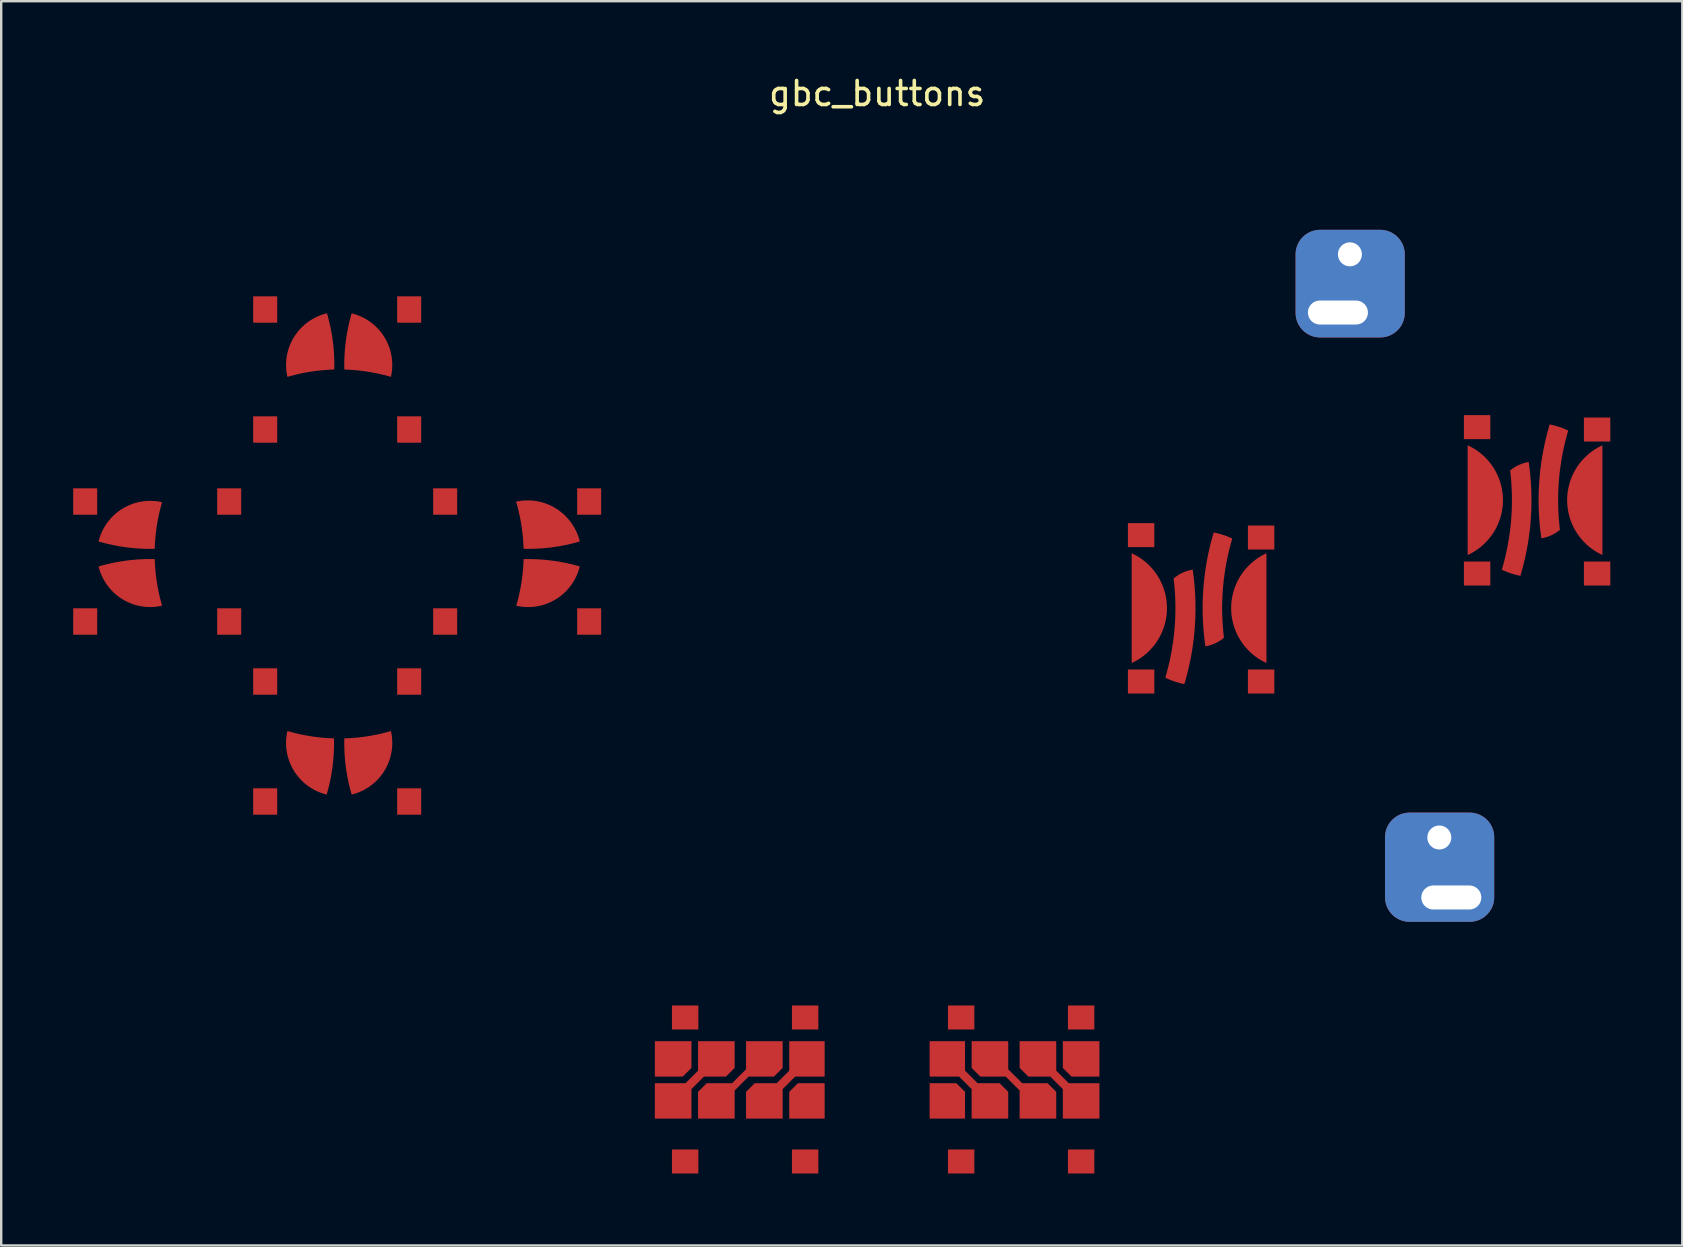
<source format=kicad_pcb>
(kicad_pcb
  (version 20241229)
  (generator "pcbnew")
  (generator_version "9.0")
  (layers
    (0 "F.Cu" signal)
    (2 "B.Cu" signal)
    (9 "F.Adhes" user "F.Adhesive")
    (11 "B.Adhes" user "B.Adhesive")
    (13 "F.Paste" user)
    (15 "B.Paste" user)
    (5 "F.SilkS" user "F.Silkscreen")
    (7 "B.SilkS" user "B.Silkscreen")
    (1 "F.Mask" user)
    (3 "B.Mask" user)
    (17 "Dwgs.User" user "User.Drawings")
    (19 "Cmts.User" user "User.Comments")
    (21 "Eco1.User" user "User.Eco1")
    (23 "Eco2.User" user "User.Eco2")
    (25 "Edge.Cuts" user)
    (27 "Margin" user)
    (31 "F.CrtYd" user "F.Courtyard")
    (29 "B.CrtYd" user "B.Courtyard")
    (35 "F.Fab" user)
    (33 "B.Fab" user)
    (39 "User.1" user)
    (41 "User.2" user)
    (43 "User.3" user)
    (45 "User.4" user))
  (footprint "gbc_buttons"
    (layer "F.Cu")
    (at 33.5 1.348)
    (property "Reference" "gbc_buttons" (at 0 -0.5 0) (unlocked yes) (layer "F.SilkS") (effects (font (size 1 1) (thickness 0.15))))
    (attr smd)
    (fp_poly (pts (xy -7.75 39) (xy -7.75 40.096) (xy -8.104 40.45) (xy -9.25 40.45) (xy -9.25 39)) (stroke (width 0.2) (type solid)) (fill yes) (layer "F.Mask"))
    (fp_poly (pts (xy -3.65 42.2) (xy -2.2 42.2) (xy -2.2 40.75) (xy -3.296 40.75) (xy -3.65 41.104)) (stroke (width 0.2) (type solid)) (fill yes) (layer "F.Mask"))
    (fp_poly (pts (xy 2.2 40.75) (xy 3.296 40.75) (xy 3.65 41.104) (xy 3.65 42.2) (xy 2.2 42.2)) (stroke (width 0.2) (type solid)) (fill yes) (layer "F.Mask"))
    (fp_poly (pts (xy 7.75 39) (xy 9.25 39) (xy 9.25 40.45) (xy 8.104 40.45) (xy 7.75 40.096)) (stroke (width 0.2) (type solid)) (fill yes) (layer "F.Mask"))
    (fp_poly (pts (arc (start 12.021347 23.835005) (mid 12.39855 23.987989) (end 12.792079 24.092014)) (xy 12.775 21.775)) (stroke (width 0.2) (type solid)) (fill yes) (layer "F.Mask"))
    (fp_poly (pts (arc (start 14.782822 18.049992) (mid 14.415641 17.90327) (end 14.033168 17.802953)) (xy 14 19.525)) (stroke (width 0.2) (type solid)) (fill yes) (layer "F.Mask"))
    (fp_poly (pts (arc (start 28.782822 13.549992) (mid 28.415641 13.40327) (end 28.033168 13.302953)) (xy 28 15.025)) (stroke (width 0.2) (type solid)) (fill yes) (layer "F.Mask"))
    (fp_poly (pts (xy 26.75 17.025) (xy 26.045 19.335) (arc (start 26.045394 19.335015) (mid 26.412559 19.48173) (end 26.795016 19.582044))) (stroke (width 0.2) (type solid)) (fill yes) (layer "F.Mask"))
    (fp_poly (pts (xy 26.75 17.025) (arc (start 26.389774 15.213371) (mid 26.741811 14.990595) (end 27.139426 14.866253))) (stroke (width 0.2) (type solid)) (fill yes) (layer "F.Mask"))
    (fp_poly (pts (arc (start 27.688774 18.018747) (mid 28.086389 17.894405) (end 28.438426 17.671629)) (xy 28 15.025)) (stroke (width 0.2) (type solid)) (fill yes) (layer "F.Mask"))
    (fp_poly (pts (arc (start -30.113851 18.912087) (mid -30.023657 19.881581) (end -29.811836 20.831941)) (xy -31 19.75)) (stroke (width 0.2) (type solid)) (fill yes) (layer "F.Mask"))
    (fp_poly (pts (arc (start -29.811836 16.538059) (mid -30.023657 17.488419) (end -30.113851 18.457913)) (xy -31 17.5)) (stroke (width 0.2) (type solid)) (fill yes) (layer "F.Mask"))
    (fp_poly (pts (arc (start -22.632452 10.988009) (mid -23.607932 11.077625) (end -24.564141 11.290364)) (xy -23.5 9.975)) (stroke (width 0.2) (type solid)) (fill yes) (layer "F.Mask"))
    (fp_poly (pts (arc (start -15.022556 20.831915) (mid -14.81074 19.881564) (end -14.720549 18.91208)) (xy -13.75 19.75)) (stroke (width 0.2) (type solid)) (fill yes) (layer "F.Mask"))
    (fp_poly (pts (xy -13.75 17.5) (arc (start -15.022556 16.538085) (mid -14.81074 17.488438) (end -14.720549 18.457923))) (stroke (width 0.2) (type solid)) (fill yes) (layer "F.Mask"))
    (fp_poly (pts (xy -7.75 40.979) (xy -7.75 42.2) (xy -9.25 42.2) (xy -9.25 40.75) (xy -7.979 40.75) (xy -7.45 40.221) (xy -7.45 39) (xy -5.95 39) (xy -5.95 40.096) (xy -6.304 40.45) (xy -7.221 40.45)) (stroke (width 0.2) (type solid)) (fill yes) (layer "F.Mask"))
    (fp_poly (pts (xy -5.096 40.75) (xy -5.45 41.104) (xy -5.45 42.2) (xy -3.95 42.2) (xy -3.95 40.979) (xy -3.421 40.45) (xy -2.2 40.45) (xy -2.2 39) (xy -3.65 39) (xy -3.65 40.221) (xy -4.179 40.75)) (stroke (width 0.2) (type solid)) (fill yes) (layer "F.Mask"))
    (fp_poly (pts (xy 5.096 40.75) (xy 5.45 41.104) (xy 5.45 42.2) (xy 3.95 42.2) (xy 3.95 40.979) (xy 3.421 40.45) (xy 2.2 40.45) (xy 2.2 39) (xy 3.65 39) (xy 3.65 40.221) (xy 4.179 40.75)) (stroke (width 0.2) (type solid)) (fill yes) (layer "F.Mask"))
    (fp_poly (pts (xy 7.979 40.75) (xy 9.25 40.75) (xy 9.25 42.2) (xy 7.75 42.2) (xy 7.75 40.979) (xy 7.221 40.45) (xy 6.304 40.45) (xy 5.95 40.096) (xy 5.95 39) (xy 7.45 39) (xy 7.45 40.221)) (stroke (width 0.2) (type solid)) (fill yes) (layer "F.Mask"))
    (fp_poly (pts (xy 12.775 21.775) (arc (start 12.366575 19.713359) (mid 12.728633 19.480231) (end 13.139427 19.35107))) (stroke (width 0.2) (type solid)) (fill yes) (layer "F.Mask"))
    (fp_poly (pts (xy 14.438 22.172) (xy 14 19.525) (arc (start 13.688774 22.518747) (mid 14.086389 22.394405) (end 14.438426 22.171629))) (stroke (width 0.2) (type solid)) (fill yes) (layer "F.Mask"))
    (fp_poly (pts (arc (start -32.427636 18.155911) (mid -31.282326 18.395654) (end -30.11385 18.457921)) (xy -31 17.5)) (stroke (width 0.2) (type solid)) (fill yes) (layer "F.Mask"))
    (fp_poly (pts (arc (start -24.564141 26.079636) (mid -23.613774 26.291458) (end -22.644273 26.381651)) (xy -23.5 27.25) (xy -24.564 26.08)) (stroke (width 0.2) (type solid)) (fill yes) (layer "F.Mask"))
    (fp_poly (pts (xy -21.225 27.25) (xy -22.19 26.382) (arc (start -22.190127 26.381651) (mid -21.22064 26.291461) (end -20.270285 26.079644))) (stroke (width 0.2) (type solid)) (fill yes) (layer "F.Mask"))
    (fp_poly (pts (arc (start -20.270285 11.290356) (mid -21.22064 11.078539) (end -22.190127 10.988349)) (xy -21.25 9.975) (xy -20.27 11.29)) (stroke (width 0.2) (type solid)) (fill yes) (layer "F.Mask"))
    (fp_poly (pts (arc (start -14.72055 18.457921) (mid -13.552074 18.395654) (end -12.406764 18.155911)) (xy -13.75 17.5)) (stroke (width 0.2) (type solid)) (fill yes) (layer "F.Mask"))
    (fp_poly (pts (arc (start -12.406764 19.214089) (mid -13.552074 18.974346) (end -14.72055 18.912079)) (xy -13.75 19.75)) (stroke (width 0.2) (type solid)) (fill yes) (layer "F.Mask"))
    (fp_poly (pts (xy -5.45 39) (xy -5.45 40.162) (xy -6.038 40.75) (xy -7.096 40.75) (xy -7.45 41.104) (xy -7.45 42.2) (xy -5.95 42.2) (xy -5.95 41.038) (xy -5.362 40.45) (xy -4.304 40.45) (xy -3.95 40.096) (xy -3.95 39)) (stroke (width 0.2) (type solid)) (fill yes) (layer "F.Mask"))
    (fp_poly (pts (xy 7.45 42.2) (xy 5.95 42.2) (xy 5.95 41.038) (xy 5.362 40.45) (xy 4.304 40.45) (xy 3.95 40.096) (xy 3.95 39) (xy 5.45 39) (xy 5.45 40.162) (xy 6.038 40.75) (xy 7.096 40.75) (xy 7.45 41.104)) (stroke (width 0.2) (type solid)) (fill yes) (layer "F.Mask"))
    (fp_poly (pts (arc (start -30.11385 18.912079) (mid -31.282326 18.974346) (end -32.427636 19.214089)) (xy -31 19.75) (xy -30.114 18.912)) (stroke (width 0.2) (type solid)) (fill yes) (layer "F.Mask"))
    (fp_poly (pts (xy -22.946 28.695) (xy -23.5 27.25) (arc (start -22.644279 26.381651) (mid -22.706546 27.550126) (end -22.946289 28.695436))) (stroke (width 0.2) (type solid)) (fill yes) (layer "F.Mask"))
    (fp_poly (pts (arc (start -22.632448 10.988009) (mid -22.694832 9.818291) (end -22.934797 8.671753)) (xy -23.5 9.975) (xy -22.632 10.988)) (stroke (width 0.2) (type solid)) (fill yes) (layer "F.Mask"))
    (fp_poly (pts (arc (start -21.888111 8.674564) (mid -22.127855 9.819881) (end -22.19012 10.988363)) (xy -21.25 9.975) (xy -21.888 8.675)) (stroke (width 0.2) (type solid)) (fill yes) (layer "F.Mask"))
    (fp_poly (pts (xy -21.225 27.25) (xy -22.19 26.382) (arc (start -22.19012 26.381637) (mid -22.127855 27.550119) (end -21.888111 28.695436))) (stroke (width 0.2) (type solid)) (fill yes) (layer "F.Mask"))
    (fp_poly (pts (arc (start 14.782825 18.049982) (mid 14.399524 20.093155) (end 14.438425 22.171607)) (xy 14 19.525)) (stroke (width 0.2) (type solid)) (fill yes) (layer "F.Mask"))
    (fp_poly (pts (xy 26.75 17.025) (arc (start 26.389773 15.213372) (mid 26.428678 17.291826) (end 26.04538 19.335001))) (stroke (width 0.2) (type solid)) (fill yes) (layer "F.Mask"))
    (fp_poly (pts (arc (start 12.021358 23.835019) (mid 12.40556 21.791916) (end 12.366573 19.713368)) (xy 12.775 21.775) (xy 12.021 23.835)) (stroke (width 0.2) (type solid)) (fill yes) (layer "F.Mask"))
    (fp_poly (pts (arc (start 28.033148 13.302887) (mid 27.604289 15.642085) (end 27.688738 18.018771)) (xy 28 15.025)) (stroke (width 0.2) (type solid)) (fill yes) (layer "F.Mask"))
    (fp_poly (pts (arc (start 28.782825 13.549982) (mid 28.399524 15.593155) (end 28.438425 17.671607)) (xy 28 15.025) (xy 28.783 13.55)) (stroke (width 0.2) (type solid)) (fill yes) (layer "F.Mask"))
    (fp_poly (pts (xy 14 19.525) (xy 14.033 17.803) (arc (start 14.033148 17.802887) (mid 13.604289 20.142085) (end 13.688738 22.518771))) (stroke (width 0.2) (type solid)) (fill yes) (layer "F.Mask"))
    (fp_poly (pts (arc (start 26.795068 19.582058) (mid 27.223912 17.242896) (end 27.139464 14.866248)) (xy 26.75 17.025) (xy 26.795 19.582)) (stroke (width 0.2) (type solid)) (fill yes) (layer "F.Mask"))
    (fp_poly (pts (xy -31 17.5) (arc (start -32.427629 18.155902) (mid -31.449417 16.813944) (end -29.811843 16.538082))) (stroke (width 0.2) (type solid)) (fill yes) (layer "F.Mask"))
    (fp_poly (pts (arc (start -24.564116 26.079635) (mid -24.288258 27.717214) (end -22.946298 28.695429)) (xy -23.5 27.25)) (stroke (width 0.2) (type solid)) (fill yes) (layer "F.Mask"))
    (fp_poly (pts (arc (start -20.270282 11.290357) (mid -20.546147 9.652778) (end -21.888113 8.674569)) (xy -21.25 9.975)) (stroke (width 0.2) (type solid)) (fill yes) (layer "F.Mask"))
    (fp_poly (pts (arc (start -32.427629 19.214098) (mid -31.449417 20.556056) (end -29.811843 20.831918)) (xy -31 19.75) (xy -32.428 19.214)) (stroke (width 0.2) (type solid)) (fill yes) (layer "F.Mask"))
    (fp_poly (pts (arc (start -22.934811 8.671758) (mid -24.285141 9.647761) (end -24.564116 11.290365)) (xy -23.5 9.975) (xy -22.935 8.672)) (stroke (width 0.2) (type solid)) (fill yes) (layer "F.Mask"))
    (fp_poly (pts (xy -20.27 26.08) (xy -21.225 27.25) (arc (start -21.888113 28.695431) (mid -20.546147 27.717222) (end -20.270282 26.079643))) (stroke (width 0.2) (type solid)) (fill yes) (layer "F.Mask"))
    (fp_poly (pts (xy -13.75 19.75) (xy -15.023 20.832) (arc (start -15.022565 20.831916) (mid -13.384982 20.556055) (end -12.406769 19.214087))) (stroke (width 0.2) (type solid)) (fill yes) (layer "F.Mask"))
    (fp_poly (pts (arc (start -12.406769 18.155913) (mid -13.384982 16.813945) (end -15.022565 16.538084)) (xy -13.75 17.5) (xy -12.407 18.156)) (stroke (width 0.2) (type solid)) (fill yes) (layer "F.Mask"))
    (fp_poly (pts (arc (start 13.139434 19.366248) (mid 13.223503 21.74808) (end 12.792064 24.092019)) (xy 12.775 21.775) (arc (start 13.139434 19.366248) (mid 13.223503 21.74808) (end 12.792064 24.092019))) (stroke (width 0.2) (type solid)) (fill yes) (layer "F.Mask"))
    (fp_poly (pts (arc (start 10.619073 23.208988) (mid 12.06407 20.9425) (end 10.619073 18.676012)) (xy 10.619 18.676)) (stroke (width 0.2) (type solid)) (fill yes) (layer "F.Mask"))
    (fp_poly (pts (arc (start 24.619103 18.708988) (mid 26.0641 16.4425) (end 24.619103 14.176012)) (xy 24.619 14.176)) (stroke (width 0.2) (type solid)) (fill yes) (layer "F.Mask"))
    (fp_poly (pts (arc (start 30.209097 14.176012) (mid 28.7641 16.4425) (end 30.209097 18.708988)) (xy 30.209 14.176)) (stroke (width 0.2) (type solid)) (fill yes) (layer "F.Mask"))
    (fp_poly (pts (xy 16.209 23.209) (xy 16.209 18.676) (arc (start 16.209097 18.676012) (mid 14.7641 20.9425) (end 16.209097 23.208988))) (stroke (width 0.2) (type solid)) (fill yes) (layer "F.Mask"))
    (fp_poly (pts (arc (start 21.9609 6.20299) (mid 21.668007 5.495883) (end 20.9609 5.20299)) (arc (start 18.4609 5.20299) (mid 17.753793 5.495883) (end 17.4609 6.20299)) (arc (start 17.4609 8.63799) (mid 17.753793 9.345097) (end 18.4609 9.63799)) (arc (start 20.9609 9.63799) (mid 21.668007 9.345097) (end 21.9609 8.63799))) (stroke (width 0.3) (type solid)) (fill yes) (layer "F.Mask"))
    (fp_poly (pts (arc (start 25.6874 30.4882) (mid 25.394507 29.781093) (end 24.6874 29.4882)) (arc (start 22.1874 29.4882) (mid 21.480293 29.781093) (end 21.1874 30.4882)) (arc (start 21.1874 32.9882) (mid 21.480293 33.695307) (end 22.1874 33.9882)) (arc (start 24.6874 33.9882) (mid 25.394507 33.695307) (end 25.6874 32.9882))) (stroke (width 0.3) (type solid)) (fill yes) (layer "F.Mask"))
    (pad "" smd rect (at -33 21.5) (size 1 1.1) (layers "F.Cu" "F.Mask" "F.Paste"))
    (pad "" smd rect (at -27 16.5) (size 1 1.1) (layers "F.Cu" "F.Mask" "F.Paste"))
    (pad "" smd rect (at -25.5 13.5) (size 1 1.1) (layers "F.Cu" "F.Mask" "F.Paste"))
    (pad "" smd rect (at -25.5 29) (size 1 1.1) (layers "F.Cu" "F.Mask" "F.Paste"))
    (pad "" smd rect (at -19.5 8.5) (size 1 1.1) (layers "F.Cu" "F.Mask" "F.Paste"))
    (pad "" smd rect (at -19.5 24) (size 1 1.1) (layers "F.Cu" "F.Mask" "F.Paste"))
    (pad "" smd rect (at -18 21.5) (size 1 1.1) (layers "F.Cu" "F.Mask" "F.Paste"))
    (pad "" smd rect (at -12 16.5) (size 1 1.1) (layers "F.Cu" "F.Mask" "F.Paste"))
    (pad "" smd rect (at -8 38 90) (size 1 1.1) (layers "F.Cu" "F.Mask" "F.Paste"))
    (pad "" smd rect (at -3 44 90) (size 1 1.1) (layers "F.Cu" "F.Mask" "F.Paste"))
    (pad "" smd rect (at 3.5 38 90) (size 1 1.1) (layers "F.Cu" "F.Mask" "F.Paste"))
    (pad "" smd rect (at 8.5 44 90) (size 1 1.1) (layers "F.Cu" "F.Mask" "F.Paste"))
    (pad "" smd rect (at 11 17.9 90) (size 1 1.1) (layers "F.Cu" "F.Mask" "F.Paste"))
    (pad "" smd rect (at 16 24 90) (size 1 1.1) (layers "F.Cu" "F.Mask" "F.Paste"))
    (pad "" smd rect (at 25 13.4 90) (size 1 1.1) (layers "F.Cu" "F.Mask" "F.Paste"))
    (pad "" smd rect (at 30 19.5 90) (size 1 1.1) (layers "F.Cu" "F.Mask" "F.Paste"))
    (pad "1" smd rect (at -25.5 8.5) (size 1 1.1) (layers "F.Cu" "F.Mask" "F.Paste"))
    (pad "1" smd custom (at -23.55 10.15) (size 0.65 0.65) (layers "F.Cu" "F.Mask") (options (anchor circle)) (primitives (gr_poly (pts (xy 0.3 -0.313) (xy 0.352 -0.277) (xy 0.388 -0.225) (xy 0.4 -0.163) (xy 0.4 0.163) (xy 0.388 0.225) (xy 0.352 0.277) (xy 0.3 0.313) (xy 0.237 0.325) (xy -0.237 0.325) (xy -0.3 0.313) (xy -0.352 0.277) (xy -0.388 0.225) (xy -0.4 0.163) (xy -0.4 -0.163) (xy -0.388 -0.225) (xy -0.352 -0.277) (xy -0.3 -0.313) (xy -0.237 -0.325) (xy 0.237 -0.325)) (width 0) (fill yes)) (gr_poly (pts (arc (start 0.917548 0.838009) (mid -0.057932 0.927625) (end -1.014141 1.140364)) (xy 0.05 -0.175)) (width 0.025) (fill yes)) (gr_poly (pts (xy 0.05 -0.175) (arc (start -1.014116 1.140365) (mid -0.735141 -0.502239) (end 0.615189 -1.478242)) (xy 0.615 -1.478)) (width 0.025) (fill yes)) (gr_poly (pts (xy 0.05 -0.175) (arc (start 0.615203 -1.478247) (mid 0.855168 -0.331709) (end 0.917552 0.838009)) (arc (start 0.615203 -1.478247) (mid 0.855168 -0.331709) (end 0.917552 0.838009)) (arc (start 0.615203 -1.478247) (mid 0.855168 -0.331709) (end 0.917552 0.838009)) (xy 0.918 0.838)) (width 0.025) (fill yes))))
    (pad "2" smd rect (at -18 16.5) (size 1 1.1) (layers "F.Cu" "F.Mask" "F.Paste"))
    (pad "2" smd custom (at -13.8 17.55) (size 0.862 0.862) (layers "F.Cu" "F.Mask") (options (anchor circle)) (primitives (gr_poly (pts (xy 1.393 0.606) (arc (start -1.222565 -1.011916) (mid 0.415018 -0.736055) (end 1.393231 0.605913))) (width 0.025) (fill yes)) (gr_poly (pts (arc (start 1.393236 0.605911) (mid 0.247926 0.845654) (end -0.92055 0.907921)) (xy 0.05 -0.05)) (width 0.025) (fill yes)) (gr_poly (pts (xy 0.05 -0.05) (arc (start -0.920549 0.907923) (mid -1.01074 -0.061562) (end -1.222556 -1.011915))) (width 0.025) (fill yes)) (gr_poly (pts (xy 1.393 0.602) (arc (start -1.222565 -1.016224) (mid 0.415018 -0.740363) (end 1.393231 0.601605))) (width 0.025) (fill yes)) (gr_poly (pts (xy 0.513 -0.415) (xy 0.583 -0.368) (xy 0.63 -0.298) (xy 0.646 -0.215) (xy 0.646 0.215) (xy 0.63 0.298) (xy 0.583 0.368) (xy 0.513 0.415) (xy 0.431 0.431) (xy -0.431 0.431) (xy -0.513 0.415) (xy -0.583 0.368) (xy -0.63 0.298) (xy -0.646 0.215) (xy -0.646 -0.215) (xy -0.63 -0.298) (xy -0.583 -0.368) (xy -0.513 -0.415) (xy -0.431 -0.431) (xy 0.431 -0.431)) (width 0) (fill yes)) (gr_poly (pts (xy 1.378 0.586) (arc (start -1.238148 -1.031786) (mid 0.399435 -0.755925) (end 1.377648 0.586043))) (width 0.025) (fill yes)) (gr_poly (pts (arc (start 1.393231 0.605913) (mid 0.415018 -0.736055) (end -1.222565 -1.011916)) (xy 0.05 -0.05) (xy 1.393 0.606)) (width 0.025) (fill yes))))
    (pad "3" smd rect (at -25.5 24) (size 1 1.1) (layers "F.Cu" "F.Mask" "F.Paste"))
    (pad "3" smd custom (at -23.546 27.25) (size 1.1 1.1) (layers "F.Cu" "F.Mask") (options (anchor circle)) (primitives (gr_poly (pts (xy -0.55 -0.288) (xy -0.529 -0.393) (xy -0.47 -0.482) (xy -0.38 -0.542) (xy -0.275 -0.563) (xy 0.275 -0.563) (xy 0.38 -0.542) (xy 0.47 -0.482) (xy 0.529 -0.393) (xy 0.55 -0.288) (xy 0.55 0.288) (xy 0.529 0.393) (xy 0.47 0.482) (xy 0.38 0.542) (xy 0.275 0.563) (xy -0.275 0.563) (xy -0.38 0.542) (xy -0.47 0.482) (xy -0.529 0.393) (xy -0.55 0.288)) (width 0) (fill yes)) (gr_poly (pts (arc (start -1.018341 -1.170364) (mid -0.067974 -0.958542) (end 0.901527 -0.868349)) (xy 0.046 0) (xy -1.018 -1.17)) (width 0.025) (fill yes)) (gr_poly (pts (xy 0.6 1.445) (xy 0.046 0) (arc (start 0.901521 -0.868349) (mid 0.839254 0.300126) (end 0.599511 1.445436))) (width 0.025) (fill yes)) (gr_poly (pts (arc (start -1.018316 -1.170365) (mid -0.742458 0.467214) (end 0.599502 1.445429)) (xy 0.046 0)) (width 0.025) (fill yes))))
    (pad "4" smd rect (at -33 16.5) (size 1 1.1) (layers "F.Cu" "F.Mask" "F.Paste"))
    (pad "4" smd custom (at -30.912 17.526) (size 1.05 1.05) (layers "F.Cu" "F.Mask") (options (anchor circle)) (primitives (gr_poly (pts (xy -0.601 -0.262) (xy -0.581 -0.363) (xy -0.524 -0.448) (xy -0.439 -0.505) (xy -0.339 -0.525) (xy 0.339 -0.525) (xy 0.439 -0.505) (xy 0.524 -0.448) (xy 0.581 -0.363) (xy 0.601 -0.262) (xy 0.601 0.262) (xy 0.581 0.363) (xy 0.524 0.448) (xy 0.439 0.505) (xy 0.339 0.525) (xy -0.339 0.525) (xy -0.439 0.505) (xy -0.524 0.448) (xy -0.581 0.363) (xy -0.601 0.262)) (width 0) (fill yes)) (gr_poly (pts (arc (start -1.515836 0.629911) (mid -0.370526 0.869654) (end 0.79795 0.931921)) (xy -0.088 -0.026)) (width 0.025) (fill yes)) (gr_poly (pts (arc (start 1.099964 -0.987941) (mid 0.888143 -0.037581) (end 0.797949 0.931913)) (xy -0.088 -0.026)) (width 0.025) (fill yes)) (gr_poly (pts (xy -0.088 -0.026) (arc (start -1.515829 0.629902) (mid -0.537617 -0.712056) (end 1.099957 -0.987918))) (width 0.025) (fill yes))))
    (pad "5" smd rect (at 11 24 90) (size 1 1.1) (layers "F.Cu" "F.Mask" "F.Paste"))
    (pad "5" smd custom (at 11.325 20.9) (size 0.625 0.625) (layers "F.Cu" "F.Mask") (options (anchor circle)) (primitives (gr_poly (pts (xy 0.454 -0.301) (xy 0.504 -0.267) (xy 0.538 -0.216) (xy 0.55 -0.156) (xy 0.55 0.156) (xy 0.538 0.216) (xy 0.504 0.267) (xy 0.454 0.301) (xy 0.394 0.312) (xy -0.394 0.312) (xy -0.454 0.301) (xy -0.504 0.267) (xy -0.538 0.216) (xy -0.55 0.156) (xy -0.55 -0.156) (xy -0.538 -0.216) (xy -0.504 -0.267) (xy -0.454 -0.301) (xy -0.394 -0.312) (xy 0.394 -0.312)) (width 0) (fill yes)) (gr_poly (pts (arc (start -0.705927 -2.223988) (mid 0.73907 0.0425) (end -0.705927 2.308988)) (arc (start -0.705927 -2.223988) (mid 0.73907 0.0425) (end -0.705927 2.308988))) (width 0.025) (fill yes)) (gr_line (start -0.706 -2.224) (end -0.706 2.309) (width 0.025)) (gr_line (start -0.706 -2.224) (end -0.706 2.309) (width 0.025)) (gr_arc (start -0.705927 -2.223988) (mid 0.739062 0.036436) (end -0.694944 2.303843) (width 0.0254)) (gr_arc (start -0.705927 -2.223988) (mid 0.739062 0.036436) (end -0.694944 2.303843) (width 0.0254))))
    (pad "5" smd custom (at 14.025 20.05 90) (size 0.562 0.562) (layers "F.Cu" "F.Mask") (options (anchor circle)) (primitives (gr_poly (pts (xy 0.426 -0.271) (xy 0.471 -0.24) (xy 0.502 -0.194) (xy 0.512 -0.141) (xy 0.512 0.141) (xy 0.502 0.194) (xy 0.471 0.24) (xy 0.426 0.271) (xy 0.372 0.281) (xy -0.372 0.281) (xy -0.426 0.271) (xy -0.471 0.24) (xy -0.502 0.194) (xy -0.512 0.141) (xy -0.512 -0.141) (xy -0.502 -0.194) (xy -0.471 -0.24) (xy -0.426 -0.271) (xy -0.372 -0.281) (xy 0.372 -0.281)) (width 0) (fill yes)) (gr_poly (pts (arc (start -2.468771 -0.336262) (mid -0.092085 -0.420711) (end 2.247113 0.008148)) (arc (start -2.468771 -0.336262) (mid -0.092085 -0.420711) (end 2.247113 0.008148)) (xy 2.247 0.008) (xy 0.525 -0.025)) (width 0.025) (fill yes)) (gr_poly (pts (xy 0.525 -0.025) (xy -2.122 0.413) (arc (start -2.121629 0.413426) (mid -2.344405 0.061389) (end -2.468747 -0.336226))) (width 0.025) (fill yes)) (gr_poly (pts (arc (start 2.000018 0.757825) (mid -0.043155 0.374524) (end -2.121607 0.413425)) (xy 0.525 -0.025)) (width 0.025) (fill yes)) (gr_poly (pts (arc (start 2.247047 0.008168) (mid 2.14673 0.390641) (end 2.000008 0.757822)) (xy 0.525 -0.025)) (width 0.025) (fill yes))))
    (pad "6" smd rect (at 25 19.5 90) (size 1 1.1) (layers "F.Cu" "F.Mask" "F.Paste"))
    (pad "6" smd custom (at 25.2 16.425 90) (size 0.85 0.85) (layers "F.Cu" "F.Mask") (options (anchor circle)) (primitives (gr_poly (pts (xy 0.594 -0.409) (xy 0.663 -0.363) (xy 0.709 -0.294) (xy 0.725 -0.212) (xy 0.725 0.212) (xy 0.709 0.294) (xy 0.663 0.363) (xy 0.594 0.409) (xy 0.512 0.425) (xy -0.512 0.425) (xy -0.594 0.409) (xy -0.663 0.363) (xy -0.709 0.294) (xy -0.725 0.212) (xy -0.725 -0.212) (xy -0.709 -0.294) (xy -0.663 -0.363) (xy -0.594 -0.409) (xy -0.512 -0.425) (xy 0.512 -0.425)) (width 0) (fill yes)) (gr_poly (pts (arc (start 2.248988 -0.580897) (mid -0.0175 0.8641) (end -2.283988 -0.580897)) (xy 2.249 -0.581)) (width 0.025) (fill yes))))
    (pad "6" smd custom (at 27.965 15.545 90) (size 0.427 0.427) (layers "F.Cu" "F.Mask") (options (anchor circle)) (primitives (gr_poly (pts (xy -0.747 -0.107) (xy -0.739 -0.148) (xy -0.716 -0.182) (xy -0.681 -0.205) (xy -0.64 -0.213) (xy 0.64 -0.213) (xy 0.681 -0.205) (xy 0.716 -0.182) (xy 0.739 -0.148) (xy 0.747 -0.107) (xy 0.747 0.107) (xy 0.739 0.148) (xy 0.716 0.182) (xy 0.681 0.205) (xy 0.64 0.213) (xy -0.64 0.213) (xy -0.681 0.205) (xy -0.716 0.182) (xy -0.739 0.148) (xy -0.747 0.107)) (width 0) (fill yes)) (gr_poly (pts (arc (start 1.994808 0.817422) (mid 2.14153 0.450241) (end 2.241847 0.067768)) (xy 0.52 0.035)) (width 0.025) (fill yes)) (gr_poly (pts (arc (start 1.994818 0.817425) (mid -0.048355 0.434124) (end -2.126807 0.473025)) (xy 0.52 0.035) (xy 1.995 0.817)) (width 0.025) (fill yes)) (gr_poly (pts (arc (start 2.241913 0.067748) (mid -0.097285 -0.361111) (end -2.473971 -0.276662)) (xy 0.52 0.035)) (width 0.025) (fill yes)) (gr_poly (pts (arc (start -2.473947 -0.277111) (mid -2.349605 0.120504) (end -2.126829 0.472541)) (xy 0.52 0.034)) (width 0.025) (fill yes))))
    (pad "7" smd custom (at 2.925 39.6) (size 0.7 0.7) (layers "F.Cu" "F.Mask") (options (anchor circle)) (primitives (gr_poly (pts (xy 0.367 -0.337) (xy 0.424 -0.299) (xy 0.462 -0.242) (xy 0.475 -0.175) (xy 0.475 0.175) (xy 0.462 0.242) (xy 0.424 0.299) (xy 0.367 0.337) (xy 0.3 0.35) (xy -0.3 0.35) (xy -0.367 0.337) (xy -0.424 0.299) (xy -0.462 0.242) (xy -0.475 0.175) (xy -0.475 -0.175) (xy -0.462 -0.242) (xy -0.424 -0.299) (xy -0.367 -0.337) (xy -0.3 -0.35) (xy 0.3 -0.35)) (width 0) (fill yes)) (gr_poly (pts (xy 0.725 0.621) (xy 1.254 1.15) (xy 2.171 1.15) (xy 2.525 1.504) (xy 2.525 2.6) (xy 1.025 2.6) (xy 1.025 1.379) (xy 0.496 0.85) (xy -0.725 0.85) (xy -0.725 -0.6) (xy 0.725 -0.6)) (width 0.025) (fill yes))))
    (pad "7" smd rect (at 3.5 44 90) (size 1 1.1) (layers "F.Cu" "F.Mask" "F.Paste"))
    (pad "7" smd custom (at 6.675 39.7) (size 0.525 0.525) (layers "F.Cu" "F.Mask") (options (anchor circle)) (primitives (gr_poly (pts (xy 0.369 -0.253) (xy 0.412 -0.224) (xy 0.44 -0.181) (xy 0.45 -0.131) (xy 0.45 0.131) (xy 0.44 0.181) (xy 0.412 0.224) (xy 0.369 0.253) (xy 0.319 0.263) (xy -0.319 0.263) (xy -0.369 0.253) (xy -0.412 0.224) (xy -0.44 0.181) (xy -0.45 0.131) (xy -0.45 -0.131) (xy -0.44 -0.181) (xy -0.412 -0.224) (xy -0.369 -0.253) (xy -0.319 -0.263) (xy 0.319 -0.263)) (width 0) (fill yes)) (gr_poly (pts (xy 0.775 0.521) (xy 1.304 1.05) (xy 2.575 1.05) (xy 2.575 2.5) (xy 1.075 2.5) (xy 1.075 1.279) (xy 0.546 0.75) (xy -0.371 0.75) (xy -0.725 0.396) (xy -0.725 -0.7) (xy 0.775 -0.7)) (width 0.025) (fill yes))))
    (pad "8" smd rect (at -8 44 90) (size 1 1.1) (layers "F.Cu" "F.Mask" "F.Paste"))
    (pad "8" smd custom (at -6.7 39.7) (size 0.525 0.525) (layers "F.Cu" "F.Mask") (options (anchor circle)) (primitives (gr_poly (pts (xy 0.469 -0.253) (xy 0.512 -0.224) (xy 0.54 -0.181) (xy 0.55 -0.131) (xy 0.55 0.131) (xy 0.54 0.181) (xy 0.512 0.224) (xy 0.469 0.253) (xy 0.419 0.263) (xy -0.419 0.263) (xy -0.469 0.253) (xy -0.512 0.224) (xy -0.54 0.181) (xy -0.55 0.131) (xy -0.55 -0.131) (xy -0.54 -0.181) (xy -0.512 -0.224) (xy -0.469 -0.253) (xy -0.419 -0.263) (xy 0.419 -0.263)) (width 0) (fill yes)) (gr_poly (pts (xy 0.75 0.396) (xy 0.396 0.75) (xy -0.521 0.75) (xy -1.05 1.279) (xy -1.05 2.5) (xy -2.55 2.5) (xy -2.55 1.05) (xy -1.279 1.05) (xy -0.75 0.521) (xy -0.75 -0.7) (xy 0.75 -0.7)) (width 0.025) (fill yes))))
    (pad "8" smd custom (at -2.925 39.675) (size 0.525 0.525) (layers "F.Cu" "F.Mask") (options (anchor circle)) (primitives (gr_poly (pts (xy 0.281 -0.253) (xy 0.324 -0.224) (xy 0.353 -0.181) (xy 0.362 -0.131) (xy 0.362 0.131) (xy 0.353 0.181) (xy 0.324 0.224) (xy 0.281 0.253) (xy 0.231 0.263) (xy -0.231 0.263) (xy -0.281 0.253) (xy -0.324 0.224) (xy -0.353 0.181) (xy -0.362 0.131) (xy -0.362 -0.131) (xy -0.353 -0.181) (xy -0.324 -0.224) (xy -0.281 -0.253) (xy -0.231 -0.263) (xy 0.231 -0.263)) (width 0) (fill yes)) (gr_poly (pts (xy 0.725 0.775) (xy -0.496 0.775) (xy -1.025 1.304) (xy -1.025 2.525) (xy -2.525 2.525) (xy -2.525 1.429) (xy -2.171 1.075) (xy -1.254 1.075) (xy -0.725 0.546) (xy -0.725 -0.675) (xy 0.725 -0.675)) (width 0.025) (fill yes))))
    (pad "9" thru_hole oval (at 19.2 8.625) (size 3 1.5) (drill oval 2.5 1) (layers "*.Cu"))
    (pad "9" thru_hole custom (at 19.7 6.2) (size 1 1) (drill oval 3.5 1) (layers "*.Cu" "F.Mask") (options (anchor circle)) (primitives (gr_poly (pts (xy 1.256 -0.5) (xy 1.396 -0.478) (xy 1.525 -0.418) (xy 1.631 -0.324) (xy 1.706 -0.204) (xy 1.745 -0.068) (xy 1.745 0.074) (xy 1.704 0.21) (xy 1.627 0.329) (xy 1.519 0.421) (xy 1.39 0.48) (xy 1.25 0.5) (xy -1.25 0.5) (xy -1.256 0.5) (xy -1.396 0.478) (xy -1.525 0.418) (xy -1.631 0.324) (xy -1.706 0.204) (xy -1.745 0.068) (xy -1.745 -0.074) (xy -1.704 -0.21) (xy -1.627 -0.329) (xy -1.519 -0.421) (xy -1.39 -0.48) (xy -1.25 -0.5) (xy 1.25 -0.5)) (width 0) (fill yes)) (gr_poly (pts (arc (start 1.2609 -0.99701) (mid 1.968007 -0.704117) (end 2.2609 0.00299)) (arc (start 2.2609 2.43799) (mid 1.968007 3.145097) (end 1.2609 3.43799)) (arc (start -1.2391 3.43799) (mid -1.946207 3.145097) (end -2.2391 2.43799)) (arc (start -2.2391 0.00299) (mid -1.946207 -0.704117) (end -1.2391 -0.99701))) (width 0.05) (fill yes))))
    (pad "10" smd custom (at -30.886 19.837) (size 0.948 0.948) (layers "F.Cu" "F.Mask") (options (anchor circle)) (primitives (gr_poly (pts (xy -0.55 -0.237) (xy -0.532 -0.328) (xy -0.481 -0.405) (xy -0.404 -0.456) (xy -0.313 -0.474) (xy 0.313 -0.474) (xy 0.404 -0.456) (xy 0.481 -0.405) (xy 0.532 -0.328) (xy 0.55 -0.237) (xy 0.55 0.237) (xy 0.532 0.328) (xy 0.481 0.405) (xy 0.404 0.456) (xy 0.313 0.474) (xy -0.313 0.474) (xy -0.404 0.456) (xy -0.481 0.405) (xy -0.532 0.328) (xy -0.55 0.237)) (width 0) (fill yes)) (gr_poly (pts (arc (start 0.77255 -0.925321) (mid -0.395926 -0.863054) (end -1.541236 -0.623311)) (xy -0.114 -0.087) (xy 0.773 -0.925)) (width 0.025) (fill yes)) (gr_poly (pts (arc (start 0.772549 -0.925313) (mid 0.862743 0.044181) (end 1.074564 0.994541)) (xy -0.114 -0.087)) (width 0.025) (fill yes)) (gr_poly (pts (arc (start -1.541229 -0.623302) (mid -0.563017 0.718656) (end 1.074557 0.994518)) (xy -0.114 -0.087) (xy -1.541 -0.623)) (width 0.025) (fill yes))))
    (pad "10" smd rect (at -27 21.5) (size 1 1.1) (layers "F.Cu" "F.Mask" "F.Paste"))
    (pad "10" smd custom (at -21.45 27.225) (size 0.55 0.55) (layers "F.Cu" "F.Mask") (options (anchor circle)) (primitives (gr_poly (pts (xy 0.253 -0.265) (xy 0.297 -0.235) (xy 0.327 -0.19) (xy 0.338 -0.138) (xy 0.338 0.138) (xy 0.327 0.19) (xy 0.297 0.235) (xy 0.253 0.265) (xy 0.2 0.275) (xy -0.2 0.275) (xy -0.253 0.265) (xy -0.297 0.235) (xy -0.327 0.19) (xy -0.338 0.138) (xy -0.338 -0.138) (xy -0.327 -0.19) (xy -0.297 -0.235) (xy -0.253 -0.265) (xy -0.2 -0.275) (xy 0.2 -0.275)) (width 0) (fill yes)) (gr_poly (pts (xy 1.18 -1.145) (arc (start 1.179718 -1.145357) (mid 0.903853 0.492222) (end -0.438113 1.470431)) (arc (start 1.179718 -1.145357) (mid 0.903853 0.492222) (end -0.438113 1.470431)) (arc (start 1.179718 -1.145357) (mid 0.903853 0.492222) (end -0.438113 1.470431)) (xy 0.225 0.025)) (width 0.025) (fill yes)) (gr_poly (pts (xy 0.225 0.025) (arc (start -0.740127 -0.843349) (mid 0.22936 -0.933539) (end 1.179715 -1.145356))) (width 0.025) (fill yes)) (gr_poly (pts (xy 0.225 0.025) (arc (start -0.438111 1.470436) (mid -0.677855 0.325119) (end -0.74012 -0.843363))) (width 0.025) (fill yes))))
    (pad "10" smd custom (at -21.275 10.225) (size 0.875 0.875) (layers "F.Cu" "F.Mask") (options (anchor circle)) (primitives (gr_poly (pts (xy 0.327 -0.421) (xy 0.398 -0.373) (xy 0.446 -0.302) (xy 0.463 -0.219) (xy 0.463 0.219) (xy 0.446 0.302) (xy 0.398 0.373) (xy 0.327 0.421) (xy 0.244 0.438) (xy -0.244 0.438) (xy -0.327 0.421) (xy -0.398 0.373) (xy -0.446 0.302) (xy -0.463 0.219) (xy -0.463 -0.219) (xy -0.446 -0.302) (xy -0.398 -0.373) (xy -0.327 -0.421) (xy -0.244 -0.438) (xy 0.244 -0.438)) (width 0) (fill yes)) (gr_poly (pts (arc (start -0.613113 -1.550431) (mid 0.728853 -0.572222) (end 1.004718 1.065357)) (arc (start -0.613113 -1.550431) (mid 0.728853 -0.572222) (end 1.004718 1.065357)) (arc (start -0.613113 -1.550431) (mid 0.728853 -0.572222) (end 1.004718 1.065357)) (xy 0.025 -0.25)) (width 0.025) (fill yes)) (gr_poly (pts (xy 1.005 1.065) (arc (start 1.004715 1.065356) (mid 0.05436 0.853539) (end -0.915127 0.763349)) (xy 0.025 -0.25)) (width 0.025) (fill yes)) (gr_poly (pts (xy 0.025 -0.25) (arc (start -0.91512 0.763363) (mid -0.852855 -0.405119) (end -0.613111 -1.550436))) (width 0.025) (fill yes))))
    (pad "10" smd rect (at -19.5 13.5) (size 1 1.1) (layers "F.Cu" "F.Mask" "F.Paste"))
    (pad "10" smd rect (at -19.5 29) (size 1 1.1) (layers "F.Cu" "F.Mask" "F.Paste"))
    (pad "10" smd custom (at -13.85 19.8) (size 0.675 0.675) (layers "F.Cu" "F.Mask") (options (anchor circle)) (primitives (gr_poly (pts (xy 0.321 -0.325) (xy 0.376 -0.288) (xy 0.412 -0.233) (xy 0.425 -0.169) (xy 0.425 0.169) (xy 0.412 0.233) (xy 0.376 0.288) (xy 0.321 0.325) (xy 0.256 0.338) (xy -0.256 0.338) (xy -0.321 0.325) (xy -0.376 0.288) (xy -0.412 0.233) (xy -0.425 0.169) (xy -0.425 -0.169) (xy -0.412 -0.233) (xy -0.376 -0.288) (xy -0.321 -0.325) (xy -0.256 -0.338) (xy 0.256 -0.338)) (width 0) (fill yes)) (gr_poly (pts (arc (start 1.443231 -0.585913) (mid 0.465018 0.756055) (end -1.172565 1.031916)) (arc (start 1.443231 -0.585913) (mid 0.465018 0.756055) (end -1.172565 1.031916)) (xy -1.173 1.032) (xy 0.1 -0.05) (arc (start 1.443231 -0.585913) (mid 0.465018 0.756055) (end -1.172565 1.031916))) (width 0.025) (fill yes)) (gr_poly (pts (xy 0.1 -0.05) (arc (start -1.172556 1.031915) (mid -0.96074 0.081564) (end -0.870549 -0.88792))) (width 0.025) (fill yes)) (gr_poly (pts (arc (start -0.87055 -0.887921) (mid 0.297926 -0.825654) (end 1.443236 -0.585911)) (arc (start -0.87055 -0.887921) (mid 0.297926 -0.825654) (end 1.443236 -0.585911)) (xy 0.1 -0.05)) (width 0.025) (fill yes))))
    (pad "10" smd rect (at -12 21.5) (size 1 1.1) (layers "F.Cu" "F.Mask" "F.Paste"))
    (pad "10" smd custom (at -8.475 39.6) (size 0.625 0.625) (layers "F.Cu" "F.Mask") (options (anchor circle)) (primitives (gr_poly (pts (xy 0.416 -0.301) (xy 0.467 -0.267) (xy 0.501 -0.216) (xy 0.512 -0.156) (xy 0.512 0.156) (xy 0.501 0.216) (xy 0.467 0.267) (xy 0.416 0.301) (xy 0.356 0.312) (xy -0.356 0.312) (xy -0.416 0.301) (xy -0.467 0.267) (xy -0.501 0.216) (xy -0.512 0.156) (xy -0.512 -0.156) (xy -0.501 -0.216) (xy -0.467 -0.267) (xy -0.416 -0.301) (xy -0.356 -0.312) (xy 0.356 -0.312)) (width 0) (fill yes)) (gr_poly (pts (xy 0.725 0.496) (xy 0.371 0.85) (xy -0.775 0.85) (xy -0.775 -0.6) (xy 0.725 -0.6)) (width 0.025) (fill yes))))
    (pad "10" smd custom (at -4.7 39.725) (size 0.65 0.65) (layers "F.Cu" "F.Mask") (options (anchor circle)) (primitives (gr_poly (pts (xy 0.287 -0.313) (xy 0.34 -0.277) (xy 0.375 -0.225) (xy 0.388 -0.163) (xy 0.388 0.163) (xy 0.375 0.225) (xy 0.34 0.277) (xy 0.287 0.313) (xy 0.225 0.325) (xy -0.225 0.325) (xy -0.287 0.313) (xy -0.34 0.277) (xy -0.375 0.225) (xy -0.388 0.163) (xy -0.388 -0.163) (xy -0.375 -0.225) (xy -0.34 -0.277) (xy -0.287 -0.313) (xy -0.225 -0.325) (xy 0.225 -0.325)) (width 0) (fill yes)) (gr_poly (pts (xy 0.75 0.371) (xy 0.396 0.725) (xy -0.662 0.725) (xy -1.25 1.313) (xy -1.25 2.475) (xy -2.75 2.475) (xy -2.75 1.379) (xy -2.396 1.025) (xy -1.338 1.025) (xy -0.75 0.437) (xy -0.75 -0.725) (xy 0.75 -0.725)) (width 0.025) (fill yes))))
    (pad "10" smd rect (at -3 38 90) (size 1 1.1) (layers "F.Cu" "F.Mask" "F.Paste"))
    (pad "10" smd custom (at -2.825 41.4) (size 0.575 0.575) (layers "F.Cu" "F.Mask") (options (anchor circle)) (primitives (gr_poly (pts (xy 0.274 -0.277) (xy 0.32 -0.245) (xy 0.352 -0.199) (xy 0.362 -0.144) (xy 0.362 0.144) (xy 0.352 0.199) (xy 0.32 0.245) (xy 0.274 0.277) (xy 0.219 0.287) (xy -0.219 0.287) (xy -0.274 0.277) (xy -0.32 0.245) (xy -0.352 0.199) (xy -0.362 0.144) (xy -0.362 -0.144) (xy -0.352 -0.199) (xy -0.32 -0.245) (xy -0.274 -0.277) (xy -0.219 -0.287) (xy 0.219 -0.287)) (width 0) (fill yes)) (gr_poly (pts (xy 0.625 0.8) (xy -0.825 0.8) (xy -0.825 -0.296) (xy -0.471 -0.65) (xy 0.625 -0.65)) (width 0.025) (fill yes))))
    (pad "10" smd custom (at 2.825 41.425) (size 0.45 0.45) (layers "F.Cu" "F.Mask") (options (anchor circle)) (primitives (gr_poly (pts (xy 0.368 -0.216) (xy 0.405 -0.192) (xy 0.429 -0.156) (xy 0.438 -0.113) (xy 0.438 0.113) (xy 0.429 0.156) (xy 0.405 0.192) (xy 0.368 0.216) (xy 0.325 0.225) (xy -0.325 0.225) (xy -0.368 0.216) (xy -0.405 0.192) (xy -0.429 0.156) (xy -0.438 0.113) (xy -0.438 -0.113) (xy -0.429 -0.156) (xy -0.405 -0.192) (xy -0.368 -0.216) (xy -0.325 -0.225) (xy 0.325 -0.225)) (width 0) (fill yes)) (gr_poly (pts (xy 0.825 -0.321) (xy 0.825 0.775) (xy -0.625 0.775) (xy -0.625 -0.675) (xy 0.471 -0.675)) (width 0.025) (fill yes))))
    (pad "10" smd custom (at 4.675 39.6) (size 0.6 0.6) (layers "F.Cu" "F.Mask") (options (anchor circle)) (primitives (gr_poly (pts (xy 0.395 -0.289) (xy 0.444 -0.256) (xy 0.476 -0.207) (xy 0.487 -0.15) (xy 0.487 0.15) (xy 0.476 0.207) (xy 0.444 0.256) (xy 0.395 0.289) (xy 0.338 0.3) (xy -0.338 0.3) (xy -0.395 0.289) (xy -0.444 0.256) (xy -0.476 0.207) (xy -0.487 0.15) (xy -0.487 -0.15) (xy -0.476 -0.207) (xy -0.444 -0.256) (xy -0.395 -0.289) (xy -0.338 -0.3) (xy 0.338 -0.3)) (width 0) (fill yes)) (gr_poly (pts (xy 0.775 0.562) (xy 1.363 1.15) (xy 2.421 1.15) (xy 2.775 1.504) (xy 2.775 2.6) (xy 1.275 2.6) (xy 1.275 1.438) (xy 0.687 0.85) (xy -0.371 0.85) (xy -0.725 0.496) (xy -0.725 -0.6) (xy 0.775 -0.6)) (width 0.025) (fill yes))))
    (pad "10" smd rect (at 8.5 38 90) (size 1 1.1) (layers "F.Cu" "F.Mask" "F.Paste"))
    (pad "10" smd custom (at 8.5 39.725) (size 0.675 0.675) (layers "F.Cu" "F.Mask") (options (anchor circle)) (primitives (gr_poly (pts (xy 0.346 -0.325) (xy 0.401 -0.288) (xy 0.437 -0.233) (xy 0.45 -0.169) (xy 0.45 0.169) (xy 0.437 0.233) (xy 0.401 0.288) (xy 0.346 0.325) (xy 0.281 0.338) (xy -0.281 0.338) (xy -0.346 0.325) (xy -0.401 0.288) (xy -0.437 0.233) (xy -0.45 0.169) (xy -0.45 -0.169) (xy -0.437 -0.233) (xy -0.401 -0.288) (xy -0.346 -0.325) (xy -0.281 -0.338) (xy 0.281 -0.338)) (width 0) (fill yes)) (gr_poly (pts (xy 0.75 0.725) (xy -0.396 0.725) (xy -0.75 0.371) (xy -0.75 -0.725) (xy 0.75 -0.725)) (width 0.025) (fill yes))))
    (pad "10" smd custom (at 12.825 21.65 90) (size 0.562 0.562) (layers "F.Cu" "F.Mask") (options (anchor circle)) (primitives (gr_poly (pts (xy 0.363 -0.271) (xy 0.409 -0.24) (xy 0.439 -0.194) (xy 0.45 -0.141) (xy 0.45 0.141) (xy 0.439 0.194) (xy 0.409 0.24) (xy 0.363 0.271) (xy 0.309 0.281) (xy -0.309 0.281) (xy -0.363 0.271) (xy -0.409 0.24) (xy -0.439 0.194) (xy -0.45 0.141) (xy -0.45 -0.141) (xy -0.439 -0.194) (xy -0.409 -0.24) (xy -0.363 -0.271) (xy -0.309 -0.281) (xy 0.309 -0.281)) (width 0) (fill yes)) (gr_poly (pts (xy -0.125 -0.05) (arc (start -2.442014 -0.032921) (mid -2.337989 -0.42645) (end -2.185005 -0.803653))) (width 0.025) (fill yes)) (gr_poly (pts (arc (start 2.283752 0.314434) (mid -0.09808 0.398503) (end -2.442019 -0.032936)) (arc (start 2.283752 0.314434) (mid -0.09808 0.398503) (end -2.442019 -0.032936)) (xy -0.125 -0.05)) (width 0.025) (fill yes)) (gr_poly (pts (arc (start -2.185019 -0.803642) (mid -0.141916 -0.41944) (end 1.936632 -0.458427)) (xy -0.125 -0.05)) (width 0.025) (fill yes)) (gr_poly (pts (arc (start 1.936641 -0.458425) (mid 2.169769 -0.096367) (end 2.29893 0.314427)) (arc (start 1.936641 -0.458425) (mid 2.169769 -0.096367) (end 2.29893 0.314427)) (arc (start 1.936641 -0.458425) (mid 2.169769 -0.096367) (end 2.29893 0.314427)) (xy -0.125 -0.05)) (width 0.025) (fill yes))))
    (pad "10" smd custom (at 15.5 20.95) (size 0.575 0.575) (layers "F.Cu" "F.Mask") (options (anchor circle)) (primitives (gr_poly (pts (xy 0.374 -0.277) (xy 0.42 -0.245) (xy 0.452 -0.199) (xy 0.463 -0.144) (xy 0.463 0.144) (xy 0.452 0.199) (xy 0.42 0.245) (xy 0.374 0.277) (xy 0.319 0.287) (xy -0.319 0.287) (xy -0.374 0.277) (xy -0.42 0.245) (xy -0.452 0.199) (xy -0.463 0.144) (xy -0.463 -0.144) (xy -0.452 -0.199) (xy -0.42 -0.245) (xy -0.374 -0.277) (xy -0.319 -0.287) (xy 0.319 -0.287)) (width 0) (fill yes)) (gr_poly (pts (xy 0.709 -2.274) (xy 0.709 2.259) (arc (start 0.709097 2.258988) (mid -0.7359 -0.0075) (end 0.709097 -2.273988))) (width 0.025) (fill yes)) (gr_line (start 0.709 -2.274) (end 0.709 2.259) (width 0.025)) (gr_line (start 0.709 -2.274) (end 0.709 2.259) (width 0.025)) (gr_arc (start 0.709097 2.258988) (mid -0.735892 -0.001435) (end 0.698112 -2.268842) (width 0.0254)) (gr_arc (start 0.709097 2.258988) (mid -0.735892 -0.001435) (end 0.698112 -2.268842) (width 0.0254))))
    (pad "10" smd rect (at 16 18 90) (size 1 1.1) (layers "F.Cu" "F.Mask" "F.Paste"))
    (pad "10" smd custom (at 26.798 17.213 90) (size 0.511 0.511) (layers "F.Cu" "F.Mask") (options (anchor circle)) (primitives (gr_poly (pts (xy -1.151 -0.128) (xy -1.141 -0.177) (xy -1.113 -0.218) (xy -1.072 -0.246) (xy -1.023 -0.255) (xy 1.023 -0.255) (xy 1.072 -0.246) (xy 1.113 -0.218) (xy 1.141 -0.177) (xy 1.151 -0.128) (xy 1.151 0.128) (xy 1.141 0.177) (xy 1.113 0.218) (xy 1.072 0.246) (xy 1.023 0.255) (xy -1.023 0.255) (xy -1.072 0.246) (xy -1.113 0.218) (xy -1.141 0.177) (xy -1.151 0.128)) (width 0) (fill yes)) (gr_poly (pts (xy 0.188 -0.048) (arc (start 2.000054 -0.408651) (mid 2.22283 -0.056614) (end 2.347172 0.341001))) (width 0.025) (fill yes)) (gr_poly (pts (arc (start -2.368633 -0.003357) (mid -0.029471 0.425487) (end 2.347177 0.341039)) (xy 0.188 -0.048) (xy -2.369 -0.003)) (width 0.025) (fill yes)) (gr_poly (pts (xy 0.188 -0.048) (xy -2.122 -0.753) (arc (start -2.12159 -0.753031) (mid -2.268305 -0.385866) (end -2.368619 -0.003409))) (width 0.025) (fill yes)) (gr_poly (pts (xy 0.188 -0.048) (arc (start 2.000053 -0.408652) (mid -0.078401 -0.369747) (end -2.121576 -0.753045))) (width 0.025) (fill yes))))
    (pad "10" smd custom (at 29.6 16.5 90) (size 0.875 0.875) (layers "F.Cu" "F.Mask") (options (anchor circle)) (primitives (gr_poly (pts (xy 0.527 -0.421) (xy 0.598 -0.373) (xy 0.646 -0.302) (xy 0.662 -0.219) (xy 0.662 0.219) (xy 0.646 0.302) (xy 0.598 0.373) (xy 0.527 0.421) (xy 0.444 0.438) (xy -0.444 0.438) (xy -0.527 0.421) (xy -0.598 0.373) (xy -0.646 0.302) (xy -0.662 0.219) (xy -0.662 -0.219) (xy -0.646 -0.302) (xy -0.598 -0.373) (xy -0.527 -0.421) (xy -0.444 -0.438) (xy 0.444 -0.438)) (width 0) (fill yes)) (gr_poly (pts (arc (start -2.208988 0.609097) (mid 0.0575 -0.8359) (end 2.323988 0.609097)) (arc (start -2.208988 0.609097) (mid 0.0575 -0.8359) (end 2.323988 0.609097)) (xy 2.324 0.609)) (width 0.025) (fill yes))))
    (pad "10" smd rect (at 30 13.5 90) (size 1 1.1) (layers "F.Cu" "F.Mask" "F.Paste"))
    (pad "11" thru_hole custom (at 23.425 30.5) (size 1 1) (drill oval 3.5 1) (layers "*.Cu" "F.Mask") (options (anchor circle)) (primitives (gr_poly (pts (arc (start 1.2624 -1.0118) (mid 1.969507 -0.718907) (end 2.2624 -0.0118)) (arc (start 2.2624 2.4882) (mid 1.969507 3.195307) (end 1.2624 3.4882)) (arc (start -1.2376 3.4882) (mid -1.944707 3.195307) (end -2.2376 2.4882)) (arc (start -2.2376 -0.0118) (mid -1.944707 -0.718907) (end -1.2376 -1.0118))) (width 0.05) (fill yes)) (gr_poly (pts (xy 1.256 -0.5) (xy 1.396 -0.478) (xy 1.525 -0.418) (xy 1.631 -0.324) (xy 1.706 -0.204) (xy 1.745 -0.068) (xy 1.745 0.074) (xy 1.704 0.21) (xy 1.627 0.329) (xy 1.519 0.421) (xy 1.39 0.48) (xy 1.25 0.5) (xy -1.25 0.5) (xy -1.256 0.5) (xy -1.396 0.478) (xy -1.525 0.418) (xy -1.631 0.324) (xy -1.706 0.204) (xy -1.745 0.068) (xy -1.745 -0.074) (xy -1.704 -0.21) (xy -1.627 -0.329) (xy -1.519 -0.421) (xy -1.39 -0.48) (xy -1.25 -0.5) (xy 1.25 -0.5)) (width 0) (fill yes))))
    (pad "11" thru_hole oval (at 23.925 33) (size 3 1.5) (drill oval 2.5 1) (layers "*.Cu")))
  (gr_rect
    (start -3 -3)
    (end 67.05 48.848)
    (stroke (width 0.1) (type default))
    (fill no)
    (layer "Edge.Cuts")))
</source>
